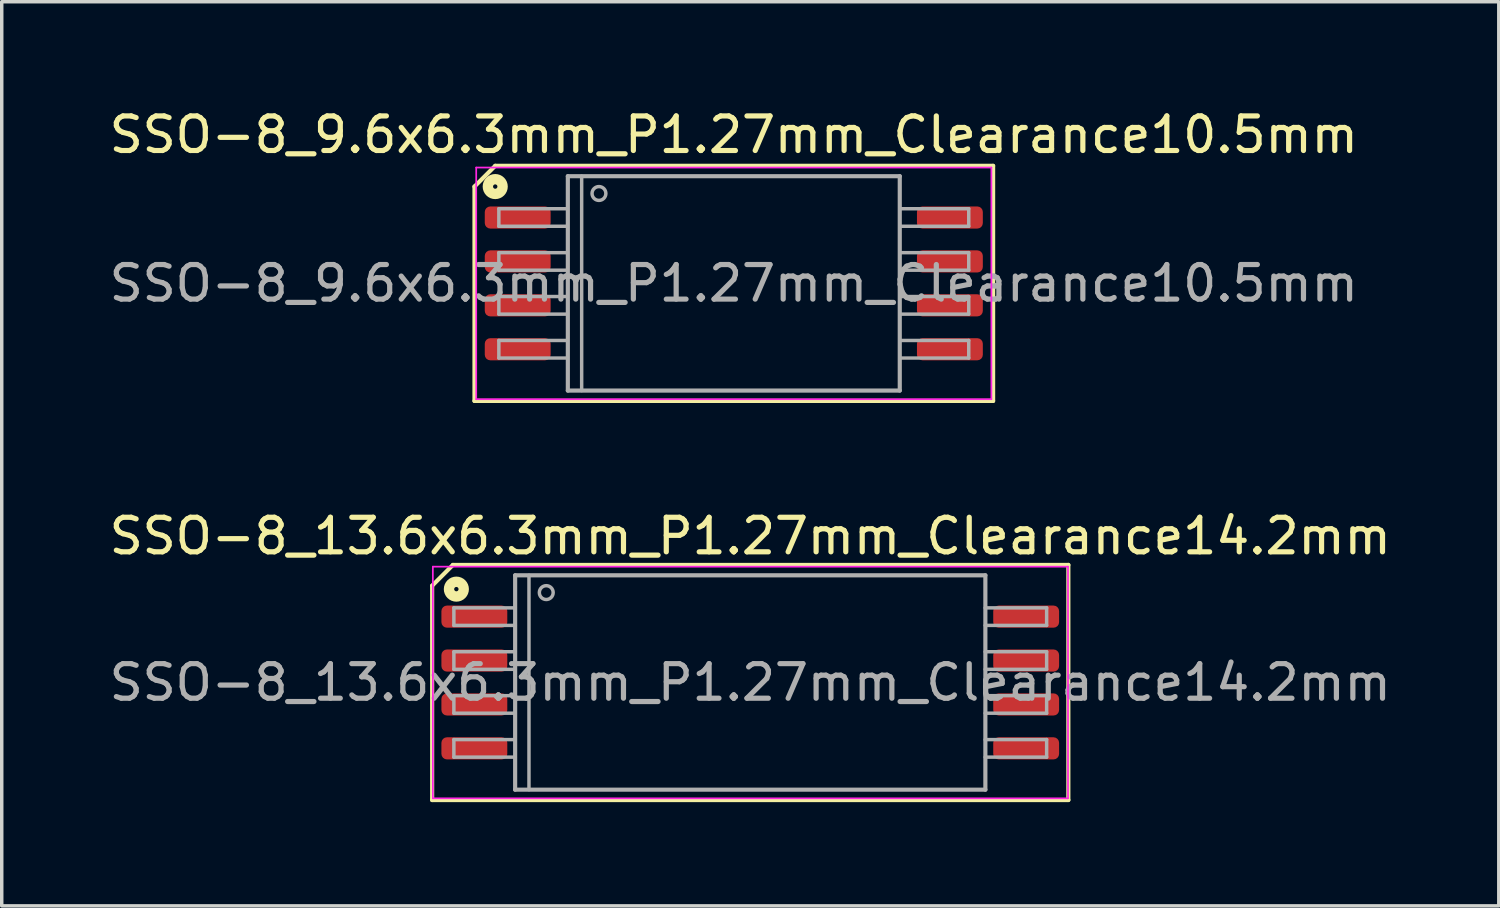
<source format=kicad_pcb>
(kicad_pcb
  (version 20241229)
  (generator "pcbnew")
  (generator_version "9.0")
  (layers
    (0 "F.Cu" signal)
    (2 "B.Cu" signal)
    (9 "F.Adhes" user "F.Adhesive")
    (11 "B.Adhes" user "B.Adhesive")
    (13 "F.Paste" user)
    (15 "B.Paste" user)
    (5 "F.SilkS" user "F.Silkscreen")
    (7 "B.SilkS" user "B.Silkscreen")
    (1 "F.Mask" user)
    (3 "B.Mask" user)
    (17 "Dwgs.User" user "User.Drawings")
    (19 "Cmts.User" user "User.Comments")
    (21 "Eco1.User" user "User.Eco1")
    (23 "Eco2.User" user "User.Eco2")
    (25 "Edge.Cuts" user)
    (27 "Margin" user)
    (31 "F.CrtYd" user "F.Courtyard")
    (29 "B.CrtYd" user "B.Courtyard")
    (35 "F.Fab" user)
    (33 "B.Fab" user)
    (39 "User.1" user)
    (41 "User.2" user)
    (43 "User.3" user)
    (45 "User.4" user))
  (footprint "SSO-8_9.6x6.3mm_P1.27mm_Clearance10.5mm"
    (layer "F.Cu")
    (at 18.173 5.146)
    (property "Reference" "SSO-8_9.6x6.3mm_P1.27mm_Clearance10.5mm" (at 0 -4.298 0) (layer "F.SilkS") (effects (font (size 1 1) (thickness 0.15))))
    (attr smd)
    (fp_line (start -7.5 -2.8) (end -7.5 3.4) (stroke (width 0.12) (type solid)) (layer "F.SilkS"))
    (fp_line (start -7.5 -2.8) (end -6.9 -3.4) (stroke (width 0.12) (type solid)) (layer "F.SilkS"))
    (fp_line (start -7.5 3.4) (end 7.5 3.4) (stroke (width 0.12) (type solid)) (layer "F.SilkS"))
    (fp_line (start 7.5 -3.4) (end -6.9 -3.4) (stroke (width 0.12) (type solid)) (layer "F.SilkS"))
    (fp_line (start 7.5 3.4) (end 7.5 -3.4) (stroke (width 0.12) (type solid)) (layer "F.SilkS"))
    (fp_circle (center -6.9 -2.8) (end -6.837 -2.8) (stroke (width 0.3) (type solid)) (fill no) (layer "F.SilkS"))
    (fp_line (start -7.45 -3.35) (end -7.45 3.35) (stroke (width 0.05) (type solid)) (layer "F.CrtYd"))
    (fp_line (start -7.45 -3.35) (end 7.45 -3.35) (stroke (width 0.05) (type solid)) (layer "F.CrtYd"))
    (fp_line (start 7.45 3.35) (end -7.45 3.35) (stroke (width 0.05) (type solid)) (layer "F.CrtYd"))
    (fp_line (start 7.45 3.35) (end 7.45 -3.35) (stroke (width 0.05) (type solid)) (layer "F.CrtYd"))
    (fp_line (start -6.795 -2.159) (end -6.795 -1.651) (stroke (width 0.1) (type solid)) (layer "F.Fab"))
    (fp_line (start -6.795 -2.159) (end -4.826 -2.159) (stroke (width 0.1) (type solid)) (layer "F.Fab"))
    (fp_line (start -6.795 -1.651) (end -4.826 -1.651) (stroke (width 0.1) (type solid)) (layer "F.Fab"))
    (fp_line (start -6.795 -0.889) (end -6.795 -0.381) (stroke (width 0.1) (type solid)) (layer "F.Fab"))
    (fp_line (start -6.795 -0.889) (end -4.826 -0.889) (stroke (width 0.1) (type solid)) (layer "F.Fab"))
    (fp_line (start -6.795 -0.381) (end -4.826 -0.381) (stroke (width 0.1) (type solid)) (layer "F.Fab"))
    (fp_line (start -6.795 0.381) (end -6.795 0.889) (stroke (width 0.1) (type solid)) (layer "F.Fab"))
    (fp_line (start -6.795 0.381) (end -4.826 0.381) (stroke (width 0.1) (type solid)) (layer "F.Fab"))
    (fp_line (start -6.795 0.889) (end -4.826 0.889) (stroke (width 0.1) (type solid)) (layer "F.Fab"))
    (fp_line (start -6.795 1.651) (end -6.795 2.159) (stroke (width 0.1) (type solid)) (layer "F.Fab"))
    (fp_line (start -6.795 1.651) (end -4.826 1.651) (stroke (width 0.1) (type solid)) (layer "F.Fab"))
    (fp_line (start -6.795 2.159) (end -4.826 2.159) (stroke (width 0.1) (type solid)) (layer "F.Fab"))
    (fp_line (start -4.8 -3.1) (end -4.8 3.1) (stroke (width 0.12) (type solid)) (layer "F.Fab"))
    (fp_line (start -4.8 3.1) (end 4.8 3.1) (stroke (width 0.12) (type solid)) (layer "F.Fab"))
    (fp_line (start -4.4 -3.1) (end -4.4 3.1) (stroke (width 0.1) (type solid)) (layer "F.Fab"))
    (fp_line (start 4.8 -3.1) (end -4.8 -3.1) (stroke (width 0.12) (type solid)) (layer "F.Fab"))
    (fp_line (start 4.8 3.1) (end 4.8 -3.1) (stroke (width 0.12) (type solid)) (layer "F.Fab"))
    (fp_line (start 6.795 -2.159) (end 4.826 -2.159) (stroke (width 0.1) (type solid)) (layer "F.Fab"))
    (fp_line (start 6.795 -1.651) (end 4.826 -1.651) (stroke (width 0.1) (type solid)) (layer "F.Fab"))
    (fp_line (start 6.795 -1.651) (end 6.795 -2.159) (stroke (width 0.1) (type solid)) (layer "F.Fab"))
    (fp_line (start 6.795 -0.889) (end 4.826 -0.889) (stroke (width 0.1) (type solid)) (layer "F.Fab"))
    (fp_line (start 6.795 -0.381) (end 4.826 -0.381) (stroke (width 0.1) (type solid)) (layer "F.Fab"))
    (fp_line (start 6.795 -0.381) (end 6.795 -0.889) (stroke (width 0.1) (type solid)) (layer "F.Fab"))
    (fp_line (start 6.795 0.381) (end 4.826 0.381) (stroke (width 0.1) (type solid)) (layer "F.Fab"))
    (fp_line (start 6.795 0.889) (end 4.826 0.889) (stroke (width 0.1) (type solid)) (layer "F.Fab"))
    (fp_line (start 6.795 0.889) (end 6.795 0.381) (stroke (width 0.1) (type solid)) (layer "F.Fab"))
    (fp_line (start 6.795 1.651) (end 4.826 1.651) (stroke (width 0.1) (type solid)) (layer "F.Fab"))
    (fp_line (start 6.795 2.159) (end 4.826 2.159) (stroke (width 0.1) (type solid)) (layer "F.Fab"))
    (fp_line (start 6.795 2.159) (end 6.795 1.651) (stroke (width 0.1) (type solid)) (layer "F.Fab"))
    (fp_circle (center -3.9 -2.6) (end -3.7 -2.6) (stroke (width 0.1) (type solid)) (fill no) (layer "F.Fab"))
    (fp_text user "${REFERENCE}" (at 0 0 0) (layer "F.Fab") (effects (font (size 1 1) (thickness 0.15))))
    (pad "1" smd roundrect (at -6.25 -1.905) (size 1.905 0.64) (layers "F.Cu" "F.Mask" "F.Paste") (roundrect_rratio 0.25))
    (pad "2" smd roundrect (at -6.25 -0.635) (size 1.905 0.64) (layers "F.Cu" "F.Mask" "F.Paste") (roundrect_rratio 0.25))
    (pad "3" smd roundrect (at -6.25 0.635) (size 1.905 0.64) (layers "F.Cu" "F.Mask" "F.Paste") (roundrect_rratio 0.25))
    (pad "4" smd roundrect (at -6.25 1.905) (size 1.905 0.64) (layers "F.Cu" "F.Mask" "F.Paste") (roundrect_rratio 0.25))
    (pad "5" smd roundrect (at 6.25 1.905) (size 1.905 0.64) (layers "F.Cu" "F.Mask" "F.Paste") (roundrect_rratio 0.25))
    (pad "6" smd roundrect (at 6.25 0.635) (size 1.905 0.64) (layers "F.Cu" "F.Mask" "F.Paste") (roundrect_rratio 0.25))
    (pad "7" smd roundrect (at 6.25 -0.635) (size 1.905 0.64) (layers "F.Cu" "F.Mask" "F.Paste") (roundrect_rratio 0.25))
    (pad "8" smd roundrect (at 6.25 -1.905) (size 1.905 0.64) (layers "F.Cu" "F.Mask" "F.Paste") (roundrect_rratio 0.25)))
  (footprint "SSO-8_13.6x6.3mm_P1.27mm_Clearance14.2mm"
    (layer "F.Cu")
    (at 18.649 16.689)
    (property "Reference" "SSO-8_13.6x6.3mm_P1.27mm_Clearance14.2mm" (at 0 -4.234 0) (layer "F.SilkS") (effects (font (size 1 1) (thickness 0.15))))
    (attr smd)
    (fp_line (start -9.2 -2.8) (end -9.2 3.4) (stroke (width 0.12) (type solid)) (layer "F.SilkS"))
    (fp_line (start -9.2 -2.8) (end -8.6 -3.4) (stroke (width 0.12) (type solid)) (layer "F.SilkS"))
    (fp_line (start -9.2 3.4) (end 9.2 3.4) (stroke (width 0.12) (type solid)) (layer "F.SilkS"))
    (fp_line (start 9.2 -3.4) (end -8.6 -3.4) (stroke (width 0.12) (type solid)) (layer "F.SilkS"))
    (fp_line (start 9.2 3.4) (end 9.2 -3.4) (stroke (width 0.12) (type solid)) (layer "F.SilkS"))
    (fp_circle (center -8.5 -2.7) (end -8.437 -2.7) (stroke (width 0.3) (type solid)) (fill no) (layer "F.SilkS"))
    (fp_line (start -9.18 -3.35) (end -9.18 3.35) (stroke (width 0.05) (type solid)) (layer "F.CrtYd"))
    (fp_line (start -9.18 -3.35) (end 9.19 -3.35) (stroke (width 0.05) (type solid)) (layer "F.CrtYd"))
    (fp_line (start 9.19 3.35) (end -9.18 3.35) (stroke (width 0.05) (type solid)) (layer "F.CrtYd"))
    (fp_line (start 9.19 3.35) (end 9.19 -3.35) (stroke (width 0.05) (type solid)) (layer "F.CrtYd"))
    (fp_line (start -8.572 -2.159) (end -8.572 -1.651) (stroke (width 0.1) (type solid)) (layer "F.Fab"))
    (fp_line (start -8.572 -2.159) (end -6.795 -2.159) (stroke (width 0.1) (type solid)) (layer "F.Fab"))
    (fp_line (start -8.572 -1.651) (end -6.795 -1.651) (stroke (width 0.1) (type solid)) (layer "F.Fab"))
    (fp_line (start -8.572 -0.889) (end -8.572 -0.381) (stroke (width 0.1) (type solid)) (layer "F.Fab"))
    (fp_line (start -8.572 -0.889) (end -6.795 -0.889) (stroke (width 0.1) (type solid)) (layer "F.Fab"))
    (fp_line (start -8.572 -0.381) (end -6.795 -0.381) (stroke (width 0.1) (type solid)) (layer "F.Fab"))
    (fp_line (start -8.572 0.381) (end -8.572 0.889) (stroke (width 0.1) (type solid)) (layer "F.Fab"))
    (fp_line (start -8.572 0.381) (end -6.795 0.381) (stroke (width 0.1) (type solid)) (layer "F.Fab"))
    (fp_line (start -8.572 0.889) (end -6.795 0.889) (stroke (width 0.1) (type solid)) (layer "F.Fab"))
    (fp_line (start -8.572 1.651) (end -8.572 2.159) (stroke (width 0.1) (type solid)) (layer "F.Fab"))
    (fp_line (start -8.572 1.651) (end -6.795 1.651) (stroke (width 0.1) (type solid)) (layer "F.Fab"))
    (fp_line (start -8.572 2.159) (end -6.795 2.159) (stroke (width 0.1) (type solid)) (layer "F.Fab"))
    (fp_line (start -6.8 -3.1) (end -6.8 3.1) (stroke (width 0.12) (type solid)) (layer "F.Fab"))
    (fp_line (start -6.8 3.1) (end 6.8 3.1) (stroke (width 0.12) (type solid)) (layer "F.Fab"))
    (fp_line (start -6.4 -3.1) (end -6.4 3.1) (stroke (width 0.1) (type solid)) (layer "F.Fab"))
    (fp_line (start 6.8 -3.1) (end -6.8 -3.1) (stroke (width 0.12) (type solid)) (layer "F.Fab"))
    (fp_line (start 6.8 3.1) (end 6.8 -3.1) (stroke (width 0.12) (type solid)) (layer "F.Fab"))
    (fp_line (start 8.572 -2.159) (end 6.795 -2.159) (stroke (width 0.1) (type solid)) (layer "F.Fab"))
    (fp_line (start 8.572 -1.651) (end 6.795 -1.651) (stroke (width 0.1) (type solid)) (layer "F.Fab"))
    (fp_line (start 8.572 -1.651) (end 8.572 -2.159) (stroke (width 0.1) (type solid)) (layer "F.Fab"))
    (fp_line (start 8.572 -0.889) (end 6.795 -0.889) (stroke (width 0.1) (type solid)) (layer "F.Fab"))
    (fp_line (start 8.572 -0.381) (end 6.795 -0.381) (stroke (width 0.1) (type solid)) (layer "F.Fab"))
    (fp_line (start 8.572 -0.381) (end 8.572 -0.889) (stroke (width 0.1) (type solid)) (layer "F.Fab"))
    (fp_line (start 8.572 0.381) (end 6.795 0.381) (stroke (width 0.1) (type solid)) (layer "F.Fab"))
    (fp_line (start 8.572 0.889) (end 6.795 0.889) (stroke (width 0.1) (type solid)) (layer "F.Fab"))
    (fp_line (start 8.572 0.889) (end 8.572 0.381) (stroke (width 0.1) (type solid)) (layer "F.Fab"))
    (fp_line (start 8.572 1.651) (end 6.795 1.651) (stroke (width 0.1) (type solid)) (layer "F.Fab"))
    (fp_line (start 8.572 2.159) (end 6.795 2.159) (stroke (width 0.1) (type solid)) (layer "F.Fab"))
    (fp_line (start 8.572 2.159) (end 8.572 1.651) (stroke (width 0.1) (type solid)) (layer "F.Fab"))
    (fp_circle (center -5.9 -2.6) (end -5.7 -2.6) (stroke (width 0.1) (type solid)) (fill no) (layer "F.Fab"))
    (fp_text user "${REFERENCE}" (at 0 0 0) (layer "F.Fab") (effects (font (size 1 1) (thickness 0.15))))
    (pad "1" smd roundrect (at -7.98 -1.905) (size 1.905 0.64) (layers "F.Cu" "F.Mask" "F.Paste") (roundrect_rratio 0.25))
    (pad "2" smd roundrect (at -7.98 -0.635) (size 1.905 0.64) (layers "F.Cu" "F.Mask" "F.Paste") (roundrect_rratio 0.25))
    (pad "3" smd roundrect (at -7.98 0.635) (size 1.905 0.64) (layers "F.Cu" "F.Mask" "F.Paste") (roundrect_rratio 0.25))
    (pad "4" smd roundrect (at -7.98 1.905) (size 1.905 0.64) (layers "F.Cu" "F.Mask" "F.Paste") (roundrect_rratio 0.25))
    (pad "5" smd roundrect (at 7.98 1.905) (size 1.905 0.64) (layers "F.Cu" "F.Mask" "F.Paste") (roundrect_rratio 0.25))
    (pad "6" smd roundrect (at 7.98 0.635) (size 1.905 0.64) (layers "F.Cu" "F.Mask" "F.Paste") (roundrect_rratio 0.25))
    (pad "7" smd roundrect (at 7.98 -0.635) (size 1.905 0.64) (layers "F.Cu" "F.Mask" "F.Paste") (roundrect_rratio 0.25))
    (pad "8" smd roundrect (at 7.98 -1.905) (size 1.905 0.64) (layers "F.Cu" "F.Mask" "F.Paste") (roundrect_rratio 0.25)))
  (gr_rect
    (start -3 -3)
    (end 40.298 23.149)
    (stroke (width 0.1) (type default))
    (fill no)
    (layer "Edge.Cuts")))
</source>
